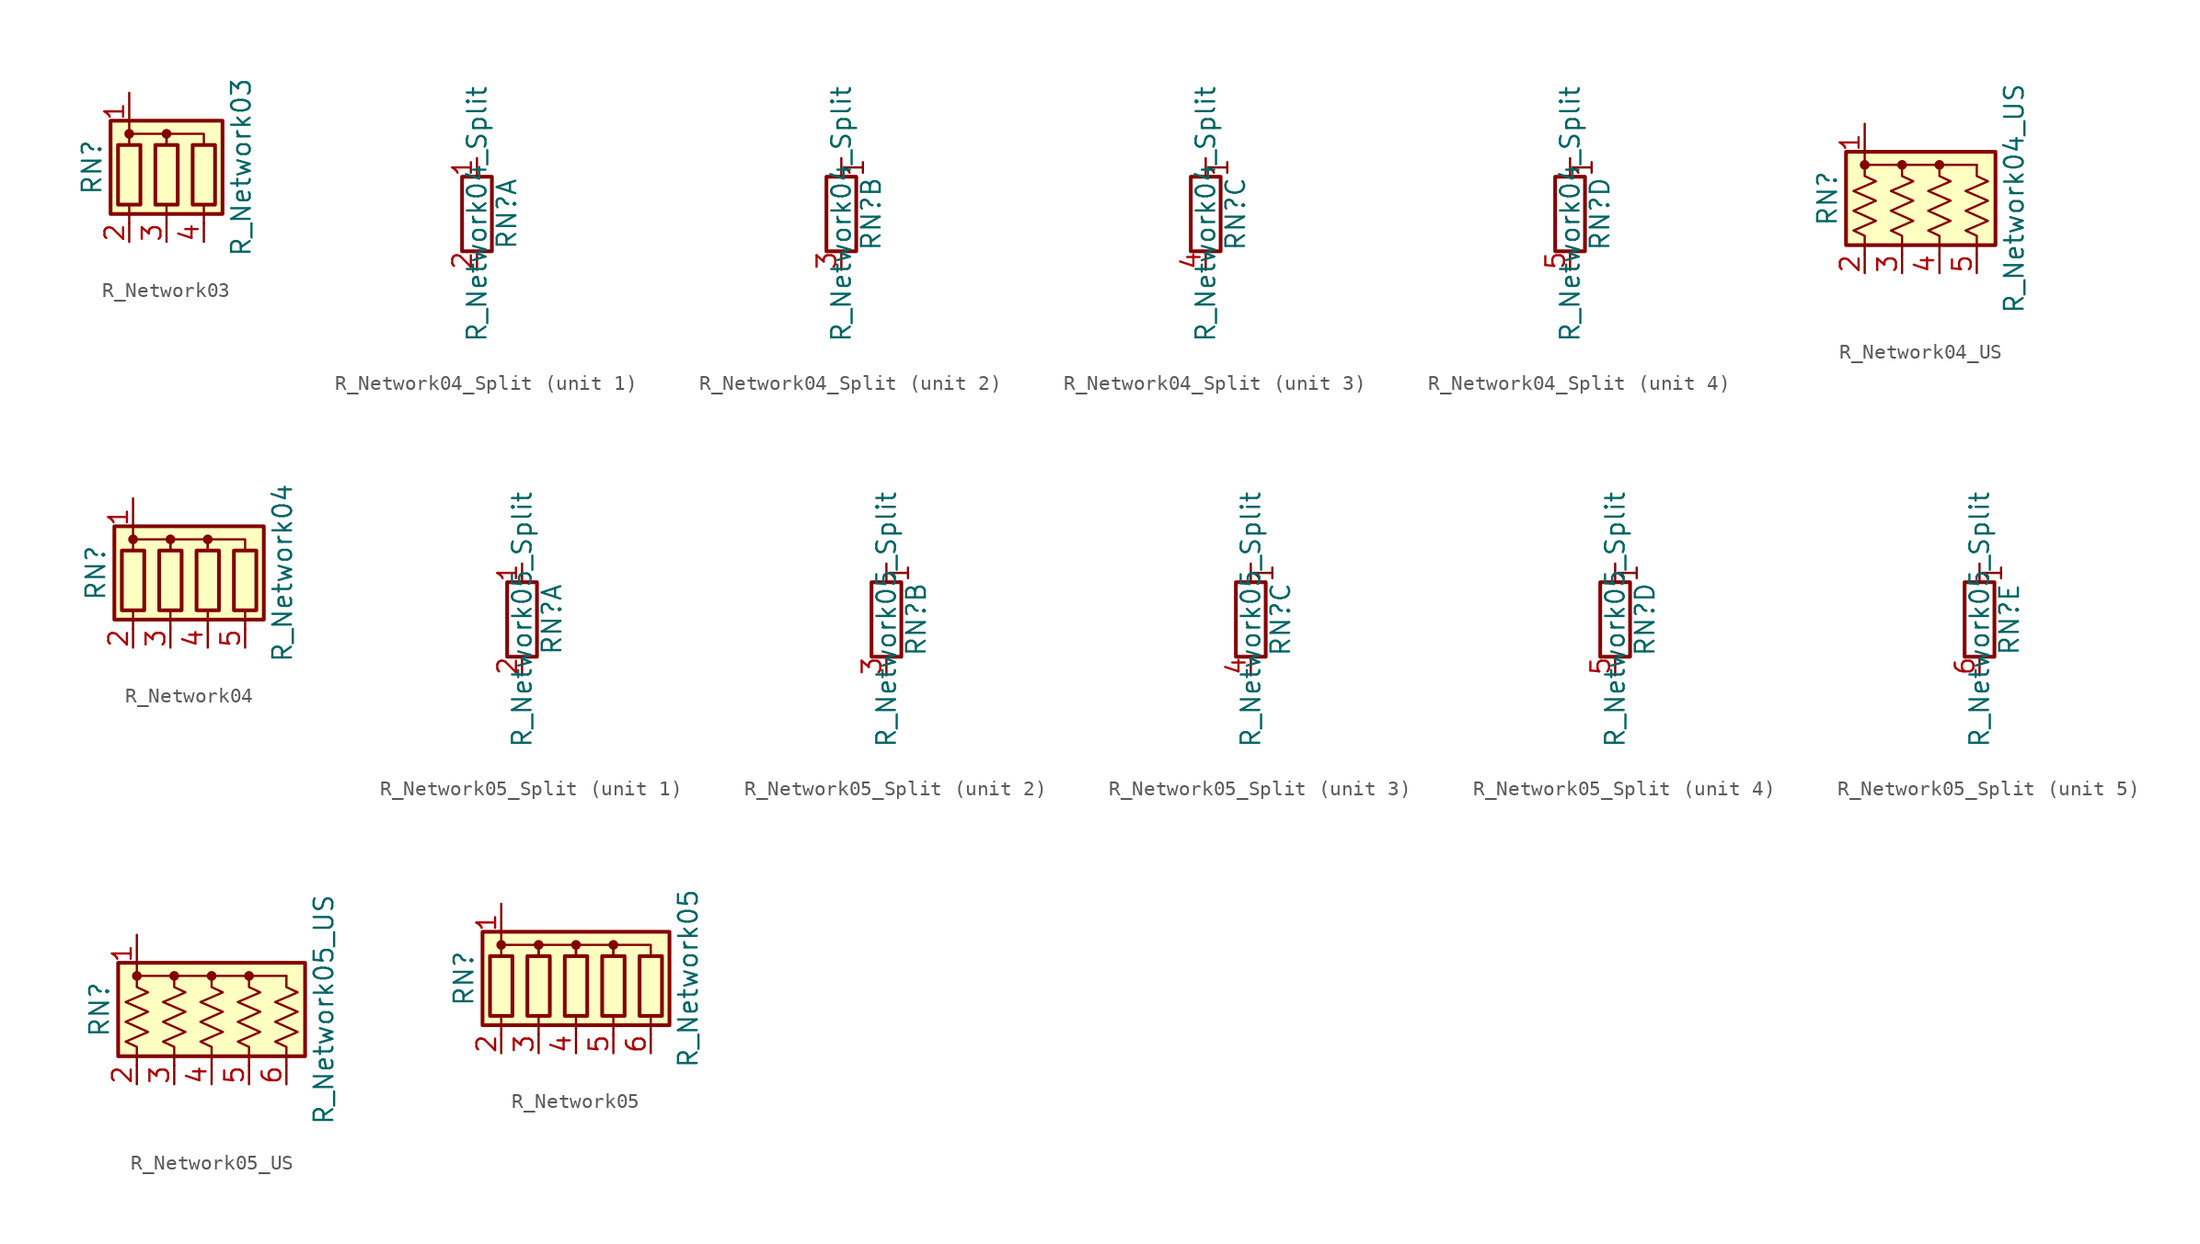
<source format=kicad_sym>
(kicad_symbol_lib
  (version 20241209)
  (generator "kicad_symbol_editor")
  (generator_version "9.0")
  (symbol "R_Network03"
    (pin_names
      (offset 0)
      (hide yes))
    (property "Reference" "RN"
      (at -5.08 0 90)
      (effects (font (size 1.27 1.27))))
    (property "Value" "R_Network03"
      (at 5.08 0 90)
      (effects (font (size 1.27 1.27))))
    (symbol "R_Network03_0_1"
      (rectangle (start -3.81 -3.175) (end 3.81 3.175) (stroke (width 0.254) (type solid)) (fill (type background)))
      (rectangle (start -3.302 1.524) (end -1.778 -2.54) (stroke (width 0.254) (type solid)) (fill (type none)))
      (circle (center -2.54 2.286) (radius 0.254) (stroke (width 0) (type solid)) (fill (type outline)))
      (polyline (pts (xy -2.54 1.524) (xy -2.54 2.286) (xy 0 2.286) (xy 0 1.524)) (stroke (width 0) (type solid)) (fill (type none)))
      (polyline (pts (xy -2.54 -2.54) (xy -2.54 -3.81)) (stroke (width 0) (type solid)) (fill (type none)))
      (rectangle (start -0.762 1.524) (end 0.762 -2.54) (stroke (width 0.254) (type solid)) (fill (type none)))
      (circle (center 0 2.286) (radius 0.254) (stroke (width 0) (type solid)) (fill (type outline)))
      (polyline (pts (xy 0 1.524) (xy 0 2.286) (xy 2.54 2.286) (xy 2.54 1.524)) (stroke (width 0) (type solid)) (fill (type none)))
      (polyline (pts (xy 0 -2.54) (xy 0 -3.81)) (stroke (width 0) (type solid)) (fill (type none)))
      (rectangle (start 1.778 1.524) (end 3.302 -2.54) (stroke (width 0.254) (type solid)) (fill (type none)))
      (polyline (pts (xy 2.54 -2.54) (xy 2.54 -3.81)) (stroke (width 0) (type solid)) (fill (type none))))
    (symbol "R_Network03_1_1"
      (pin passive line (at -2.54 5.08 270) (length 2.54) (name "common" (effects (font (size 1.27 1.27)))) (number "1" (effects (font (size 1.27 1.27)))))
      (pin passive line (at -2.54 -5.08 90) (length 1.27) (name "R1" (effects (font (size 1.27 1.27)))) (number "2" (effects (font (size 1.27 1.27)))))
      (pin passive line (at 0 -5.08 90) (length 1.27) (name "R2" (effects (font (size 1.27 1.27)))) (number "3" (effects (font (size 1.27 1.27)))))
      (pin passive line (at 2.54 -5.08 90) (length 1.27) (name "R3" (effects (font (size 1.27 1.27)))) (number "4" (effects (font (size 1.27 1.27)))))))
  (symbol "R_Network04_Split"
    (pin_names
      (offset 0)
      (hide yes))
    (property "Reference" "RN"
      (at 2.032 0 90)
      (effects (font (size 1.27 1.27))))
    (property "Value" "R_Network04_Split"
      (at 0 0 90)
      (effects (font (size 1.27 1.27))))
    (symbol "R_Network04_Split_0_1"
      (rectangle (start 1.016 2.54) (end -1.016 -2.54) (stroke (width 0.254) (type solid)) (fill (type none))))
    (symbol "R_Network04_Split_1_1"
      (pin passive line (at 0 3.81 270) (length 1.27) (name "R1.1" (effects (font (size 1.27 1.27)))) (number "1" (effects (font (size 1.27 1.27)))))
      (pin passive line (at 0 -3.81 90) (length 1.27) (name "R1.2" (effects (font (size 1.27 1.27)))) (number "2" (effects (font (size 1.27 1.27))))))
    (symbol "R_Network04_Split_2_1"
      (polyline (pts (xy 0 2.54) (xy 0 3.81)) (stroke (width 0) (type solid)) (fill (type none)))
      (text "1" (at 0.889 3.175 900) (effects (font (size 1.27 1.27))))
      (pin passive line (at 0 -3.81 90) (length 1.27) (name "R2.2" (effects (font (size 1.27 1.27)))) (number "3" (effects (font (size 1.27 1.27))))))
    (symbol "R_Network04_Split_3_1"
      (polyline (pts (xy 0 2.54) (xy 0 3.81)) (stroke (width 0) (type solid)) (fill (type none)))
      (text "1" (at 0.889 3.175 900) (effects (font (size 1.27 1.27))))
      (pin passive line (at 0 -3.81 90) (length 1.27) (name "R3.2" (effects (font (size 1.27 1.27)))) (number "4" (effects (font (size 1.27 1.27))))))
    (symbol "R_Network04_Split_4_1"
      (polyline (pts (xy 0 2.54) (xy 0 3.81)) (stroke (width 0) (type solid)) (fill (type none)))
      (text "1" (at 0.889 3.175 900) (effects (font (size 1.27 1.27))))
      (pin passive line (at 0 -3.81 90) (length 1.27) (name "R4.2" (effects (font (size 1.27 1.27)))) (number "5" (effects (font (size 1.27 1.27)))))))
  (symbol "R_Network04_US"
    (pin_names
      (offset 0)
      (hide yes))
    (property "Reference" "RN"
      (at -7.62 0 90)
      (effects (font (size 1.27 1.27))))
    (property "Value" "R_Network04_US"
      (at 5.08 0 90)
      (effects (font (size 1.27 1.27))))
    (symbol "R_Network04_US_0_1"
      (rectangle (start -6.35 -3.175) (end 3.81 3.175) (stroke (width 0.254) (type solid)) (fill (type background)))
      (circle (center -5.08 2.286) (radius 0.254) (stroke (width 0) (type solid)) (fill (type outline)))
      (polyline (pts (xy -5.08 2.286) (xy 2.54 2.286)) (stroke (width 0) (type solid)) (fill (type none)))
      (polyline (pts (xy -5.08 2.286) (xy -5.08 1.524) (xy -4.318 1.168) (xy -5.842 0.508) (xy -4.318 -0.152) (xy -5.842 -0.838) (xy -4.318 -1.524) (xy -5.842 -2.184) (xy -5.08 -2.54) (xy -5.08 -3.81)) (stroke (width 0) (type solid)) (fill (type none)))
      (circle (center -2.54 2.286) (radius 0.254) (stroke (width 0) (type solid)) (fill (type outline)))
      (polyline (pts (xy -2.54 2.286) (xy -2.54 1.524) (xy -1.778 1.168) (xy -3.302 0.508) (xy -1.778 -0.152) (xy -3.302 -0.838) (xy -1.778 -1.524) (xy -3.302 -2.184) (xy -2.54 -2.54) (xy -2.54 -3.81)) (stroke (width 0) (type solid)) (fill (type none)))
      (circle (center 0 2.286) (radius 0.254) (stroke (width 0) (type solid)) (fill (type outline)))
      (polyline (pts (xy 0 2.286) (xy 0 1.524) (xy 0.762 1.168) (xy -0.762 0.508) (xy 0.762 -0.152) (xy -0.762 -0.838) (xy 0.762 -1.524) (xy -0.762 -2.184) (xy 0 -2.54) (xy 0 -3.81)) (stroke (width 0) (type solid)) (fill (type none)))
      (polyline (pts (xy 2.54 2.286) (xy 2.54 1.524) (xy 3.302 1.168) (xy 1.778 0.508) (xy 3.302 -0.152) (xy 1.778 -0.838) (xy 3.302 -1.524) (xy 1.778 -2.184) (xy 2.54 -2.54) (xy 2.54 -3.81)) (stroke (width 0) (type solid)) (fill (type none))))
    (symbol "R_Network04_US_1_1"
      (pin passive line (at -5.08 5.08 270) (length 2.54) (name "common" (effects (font (size 1.27 1.27)))) (number "1" (effects (font (size 1.27 1.27)))))
      (pin passive line (at -5.08 -5.08 90) (length 1.27) (name "R1" (effects (font (size 1.27 1.27)))) (number "2" (effects (font (size 1.27 1.27)))))
      (pin passive line (at -2.54 -5.08 90) (length 1.27) (name "R2" (effects (font (size 1.27 1.27)))) (number "3" (effects (font (size 1.27 1.27)))))
      (pin passive line (at 0 -5.08 90) (length 1.27) (name "R3" (effects (font (size 1.27 1.27)))) (number "4" (effects (font (size 1.27 1.27)))))
      (pin passive line (at 2.54 -5.08 90) (length 1.27) (name "R4" (effects (font (size 1.27 1.27)))) (number "5" (effects (font (size 1.27 1.27)))))))
  (symbol "R_Network04"
    (pin_names
      (offset 0)
      (hide yes))
    (property "Reference" "RN"
      (at -7.62 0 90)
      (effects (font (size 1.27 1.27))))
    (property "Value" "R_Network04"
      (at 5.08 0 90)
      (effects (font (size 1.27 1.27))))
    (symbol "R_Network04_0_1"
      (rectangle (start -6.35 -3.175) (end 3.81 3.175) (stroke (width 0.254) (type solid)) (fill (type background)))
      (rectangle (start -5.842 1.524) (end -4.318 -2.54) (stroke (width 0.254) (type solid)) (fill (type none)))
      (circle (center -5.08 2.286) (radius 0.254) (stroke (width 0) (type solid)) (fill (type outline)))
      (polyline (pts (xy -5.08 1.524) (xy -5.08 2.286) (xy -2.54 2.286) (xy -2.54 1.524)) (stroke (width 0) (type solid)) (fill (type none)))
      (polyline (pts (xy -5.08 -2.54) (xy -5.08 -3.81)) (stroke (width 0) (type solid)) (fill (type none)))
      (rectangle (start -3.302 1.524) (end -1.778 -2.54) (stroke (width 0.254) (type solid)) (fill (type none)))
      (circle (center -2.54 2.286) (radius 0.254) (stroke (width 0) (type solid)) (fill (type outline)))
      (polyline (pts (xy -2.54 1.524) (xy -2.54 2.286) (xy 0 2.286) (xy 0 1.524)) (stroke (width 0) (type solid)) (fill (type none)))
      (polyline (pts (xy -2.54 -2.54) (xy -2.54 -3.81)) (stroke (width 0) (type solid)) (fill (type none)))
      (rectangle (start -0.762 1.524) (end 0.762 -2.54) (stroke (width 0.254) (type solid)) (fill (type none)))
      (circle (center 0 2.286) (radius 0.254) (stroke (width 0) (type solid)) (fill (type outline)))
      (polyline (pts (xy 0 1.524) (xy 0 2.286) (xy 2.54 2.286) (xy 2.54 1.524)) (stroke (width 0) (type solid)) (fill (type none)))
      (polyline (pts (xy 0 -2.54) (xy 0 -3.81)) (stroke (width 0) (type solid)) (fill (type none)))
      (rectangle (start 1.778 1.524) (end 3.302 -2.54) (stroke (width 0.254) (type solid)) (fill (type none)))
      (polyline (pts (xy 2.54 -2.54) (xy 2.54 -3.81)) (stroke (width 0) (type solid)) (fill (type none))))
    (symbol "R_Network04_1_1"
      (pin passive line (at -5.08 5.08 270) (length 2.54) (name "common" (effects (font (size 1.27 1.27)))) (number "1" (effects (font (size 1.27 1.27)))))
      (pin passive line (at -5.08 -5.08 90) (length 1.27) (name "R1" (effects (font (size 1.27 1.27)))) (number "2" (effects (font (size 1.27 1.27)))))
      (pin passive line (at -2.54 -5.08 90) (length 1.27) (name "R2" (effects (font (size 1.27 1.27)))) (number "3" (effects (font (size 1.27 1.27)))))
      (pin passive line (at 0 -5.08 90) (length 1.27) (name "R3" (effects (font (size 1.27 1.27)))) (number "4" (effects (font (size 1.27 1.27)))))
      (pin passive line (at 2.54 -5.08 90) (length 1.27) (name "R4" (effects (font (size 1.27 1.27)))) (number "5" (effects (font (size 1.27 1.27)))))))
  (symbol "R_Network05_Split"
    (pin_names
      (offset 0)
      (hide yes))
    (property "Reference" "RN"
      (at 2.032 0 90)
      (effects (font (size 1.27 1.27))))
    (property "Value" "R_Network05_Split"
      (at 0 0 90)
      (effects (font (size 1.27 1.27))))
    (symbol "R_Network05_Split_0_1"
      (rectangle (start 1.016 2.54) (end -1.016 -2.54) (stroke (width 0.254) (type solid)) (fill (type none))))
    (symbol "R_Network05_Split_1_1"
      (pin passive line (at 0 3.81 270) (length 1.27) (name "R1.1" (effects (font (size 1.27 1.27)))) (number "1" (effects (font (size 1.27 1.27)))))
      (pin passive line (at 0 -3.81 90) (length 1.27) (name "R1.2" (effects (font (size 1.27 1.27)))) (number "2" (effects (font (size 1.27 1.27))))))
    (symbol "R_Network05_Split_2_1"
      (polyline (pts (xy 0 2.54) (xy 0 3.81)) (stroke (width 0) (type solid)) (fill (type none)))
      (text "1" (at 0.889 3.175 900) (effects (font (size 1.27 1.27))))
      (pin passive line (at 0 -3.81 90) (length 1.27) (name "R2.2" (effects (font (size 1.27 1.27)))) (number "3" (effects (font (size 1.27 1.27))))))
    (symbol "R_Network05_Split_3_1"
      (polyline (pts (xy 0 2.54) (xy 0 3.81)) (stroke (width 0) (type solid)) (fill (type none)))
      (text "1" (at 0.889 3.175 900) (effects (font (size 1.27 1.27))))
      (pin passive line (at 0 -3.81 90) (length 1.27) (name "R3.2" (effects (font (size 1.27 1.27)))) (number "4" (effects (font (size 1.27 1.27))))))
    (symbol "R_Network05_Split_4_1"
      (polyline (pts (xy 0 2.54) (xy 0 3.81)) (stroke (width 0) (type solid)) (fill (type none)))
      (text "1" (at 0.889 3.175 900) (effects (font (size 1.27 1.27))))
      (pin passive line (at 0 -3.81 90) (length 1.27) (name "R4.2" (effects (font (size 1.27 1.27)))) (number "5" (effects (font (size 1.27 1.27))))))
    (symbol "R_Network05_Split_5_1"
      (polyline (pts (xy 0 2.54) (xy 0 3.81)) (stroke (width 0) (type solid)) (fill (type none)))
      (text "1" (at 0.889 3.175 900) (effects (font (size 1.27 1.27))))
      (pin passive line (at 0 -3.81 90) (length 1.27) (name "R5.2" (effects (font (size 1.27 1.27)))) (number "6" (effects (font (size 1.27 1.27)))))))
  (symbol "R_Network05_US"
    (pin_names
      (offset 0)
      (hide yes))
    (property "Reference" "RN"
      (at -7.62 0 90)
      (effects (font (size 1.27 1.27))))
    (property "Value" "R_Network05_US"
      (at 7.62 0 90)
      (effects (font (size 1.27 1.27))))
    (symbol "R_Network05_US_0_1"
      (rectangle (start -6.35 -3.175) (end 6.35 3.175) (stroke (width 0.254) (type solid)) (fill (type background)))
      (circle (center -5.08 2.286) (radius 0.254) (stroke (width 0) (type solid)) (fill (type outline)))
      (polyline (pts (xy -5.08 2.286) (xy 5.08 2.286)) (stroke (width 0) (type solid)) (fill (type none)))
      (polyline (pts (xy -5.08 2.286) (xy -5.08 1.524) (xy -4.318 1.168) (xy -5.842 0.508) (xy -4.318 -0.152) (xy -5.842 -0.838) (xy -4.318 -1.524) (xy -5.842 -2.184) (xy -5.08 -2.54) (xy -5.08 -3.81)) (stroke (width 0) (type solid)) (fill (type none)))
      (circle (center -2.54 2.286) (radius 0.254) (stroke (width 0) (type solid)) (fill (type outline)))
      (polyline (pts (xy -2.54 2.286) (xy -2.54 1.524) (xy -1.778 1.168) (xy -3.302 0.508) (xy -1.778 -0.152) (xy -3.302 -0.838) (xy -1.778 -1.524) (xy -3.302 -2.184) (xy -2.54 -2.54) (xy -2.54 -3.81)) (stroke (width 0) (type solid)) (fill (type none)))
      (circle (center 0 2.286) (radius 0.254) (stroke (width 0) (type solid)) (fill (type outline)))
      (polyline (pts (xy 0 2.286) (xy 0 1.524) (xy 0.762 1.168) (xy -0.762 0.508) (xy 0.762 -0.152) (xy -0.762 -0.838) (xy 0.762 -1.524) (xy -0.762 -2.184) (xy 0 -2.54) (xy 0 -3.81)) (stroke (width 0) (type solid)) (fill (type none)))
      (polyline (pts (xy 2.54 2.286) (xy 2.54 1.524) (xy 3.302 1.168) (xy 1.778 0.508) (xy 3.302 -0.152) (xy 1.778 -0.838) (xy 3.302 -1.524) (xy 1.778 -2.184) (xy 2.54 -2.54) (xy 2.54 -3.81)) (stroke (width 0) (type solid)) (fill (type none)))
      (circle (center 2.54 2.286) (radius 0.254) (stroke (width 0) (type solid)) (fill (type outline)))
      (polyline (pts (xy 5.08 2.286) (xy 5.08 1.524) (xy 5.842 1.168) (xy 4.318 0.508) (xy 5.842 -0.152) (xy 4.318 -0.838) (xy 5.842 -1.524) (xy 4.318 -2.184) (xy 5.08 -2.54) (xy 5.08 -3.81)) (stroke (width 0) (type solid)) (fill (type none))))
    (symbol "R_Network05_US_1_1"
      (pin passive line (at -5.08 5.08 270) (length 2.54) (name "common" (effects (font (size 1.27 1.27)))) (number "1" (effects (font (size 1.27 1.27)))))
      (pin passive line (at -5.08 -5.08 90) (length 1.27) (name "R1" (effects (font (size 1.27 1.27)))) (number "2" (effects (font (size 1.27 1.27)))))
      (pin passive line (at -2.54 -5.08 90) (length 1.27) (name "R2" (effects (font (size 1.27 1.27)))) (number "3" (effects (font (size 1.27 1.27)))))
      (pin passive line (at 0 -5.08 90) (length 1.27) (name "R3" (effects (font (size 1.27 1.27)))) (number "4" (effects (font (size 1.27 1.27)))))
      (pin passive line (at 2.54 -5.08 90) (length 1.27) (name "R4" (effects (font (size 1.27 1.27)))) (number "5" (effects (font (size 1.27 1.27)))))
      (pin passive line (at 5.08 -5.08 90) (length 1.27) (name "R5" (effects (font (size 1.27 1.27)))) (number "6" (effects (font (size 1.27 1.27)))))))
  (symbol "R_Network05"
    (pin_names
      (offset 0)
      (hide yes))
    (property "Reference" "RN"
      (at -7.62 0 90)
      (effects (font (size 1.27 1.27))))
    (property "Value" "R_Network05"
      (at 7.62 0 90)
      (effects (font (size 1.27 1.27))))
    (symbol "R_Network05_0_1"
      (rectangle (start -6.35 -3.175) (end 6.35 3.175) (stroke (width 0.254) (type solid)) (fill (type background)))
      (rectangle (start -5.842 1.524) (end -4.318 -2.54) (stroke (width 0.254) (type solid)) (fill (type none)))
      (circle (center -5.08 2.286) (radius 0.254) (stroke (width 0) (type solid)) (fill (type outline)))
      (polyline (pts (xy -5.08 1.524) (xy -5.08 2.286) (xy -2.54 2.286) (xy -2.54 1.524)) (stroke (width 0) (type solid)) (fill (type none)))
      (polyline (pts (xy -5.08 -2.54) (xy -5.08 -3.81)) (stroke (width 0) (type solid)) (fill (type none)))
      (rectangle (start -3.302 1.524) (end -1.778 -2.54) (stroke (width 0.254) (type solid)) (fill (type none)))
      (circle (center -2.54 2.286) (radius 0.254) (stroke (width 0) (type solid)) (fill (type outline)))
      (polyline (pts (xy -2.54 1.524) (xy -2.54 2.286) (xy 0 2.286) (xy 0 1.524)) (stroke (width 0) (type solid)) (fill (type none)))
      (polyline (pts (xy -2.54 -2.54) (xy -2.54 -3.81)) (stroke (width 0) (type solid)) (fill (type none)))
      (rectangle (start -0.762 1.524) (end 0.762 -2.54) (stroke (width 0.254) (type solid)) (fill (type none)))
      (circle (center 0 2.286) (radius 0.254) (stroke (width 0) (type solid)) (fill (type outline)))
      (polyline (pts (xy 0 1.524) (xy 0 2.286) (xy 2.54 2.286) (xy 2.54 1.524)) (stroke (width 0) (type solid)) (fill (type none)))
      (polyline (pts (xy 0 -2.54) (xy 0 -3.81)) (stroke (width 0) (type solid)) (fill (type none)))
      (rectangle (start 1.778 1.524) (end 3.302 -2.54) (stroke (width 0.254) (type solid)) (fill (type none)))
      (circle (center 2.54 2.286) (radius 0.254) (stroke (width 0) (type solid)) (fill (type outline)))
      (polyline (pts (xy 2.54 1.524) (xy 2.54 2.286) (xy 5.08 2.286) (xy 5.08 1.524)) (stroke (width 0) (type solid)) (fill (type none)))
      (polyline (pts (xy 2.54 -2.54) (xy 2.54 -3.81)) (stroke (width 0) (type solid)) (fill (type none)))
      (rectangle (start 4.318 1.524) (end 5.842 -2.54) (stroke (width 0.254) (type solid)) (fill (type none)))
      (polyline (pts (xy 5.08 -2.54) (xy 5.08 -3.81)) (stroke (width 0) (type solid)) (fill (type none))))
    (symbol "R_Network05_1_1"
      (pin passive line (at -5.08 5.08 270) (length 2.54) (name "common" (effects (font (size 1.27 1.27)))) (number "1" (effects (font (size 1.27 1.27)))))
      (pin passive line (at -5.08 -5.08 90) (length 1.27) (name "R1" (effects (font (size 1.27 1.27)))) (number "2" (effects (font (size 1.27 1.27)))))
      (pin passive line (at -2.54 -5.08 90) (length 1.27) (name "R2" (effects (font (size 1.27 1.27)))) (number "3" (effects (font (size 1.27 1.27)))))
      (pin passive line (at 0 -5.08 90) (length 1.27) (name "R3" (effects (font (size 1.27 1.27)))) (number "4" (effects (font (size 1.27 1.27)))))
      (pin passive line (at 2.54 -5.08 90) (length 1.27) (name "R4" (effects (font (size 1.27 1.27)))) (number "5" (effects (font (size 1.27 1.27)))))
      (pin passive line (at 5.08 -5.08 90) (length 1.27) (name "R5" (effects (font (size 1.27 1.27)))) (number "6" (effects (font (size 1.27 1.27))))))))
</source>
